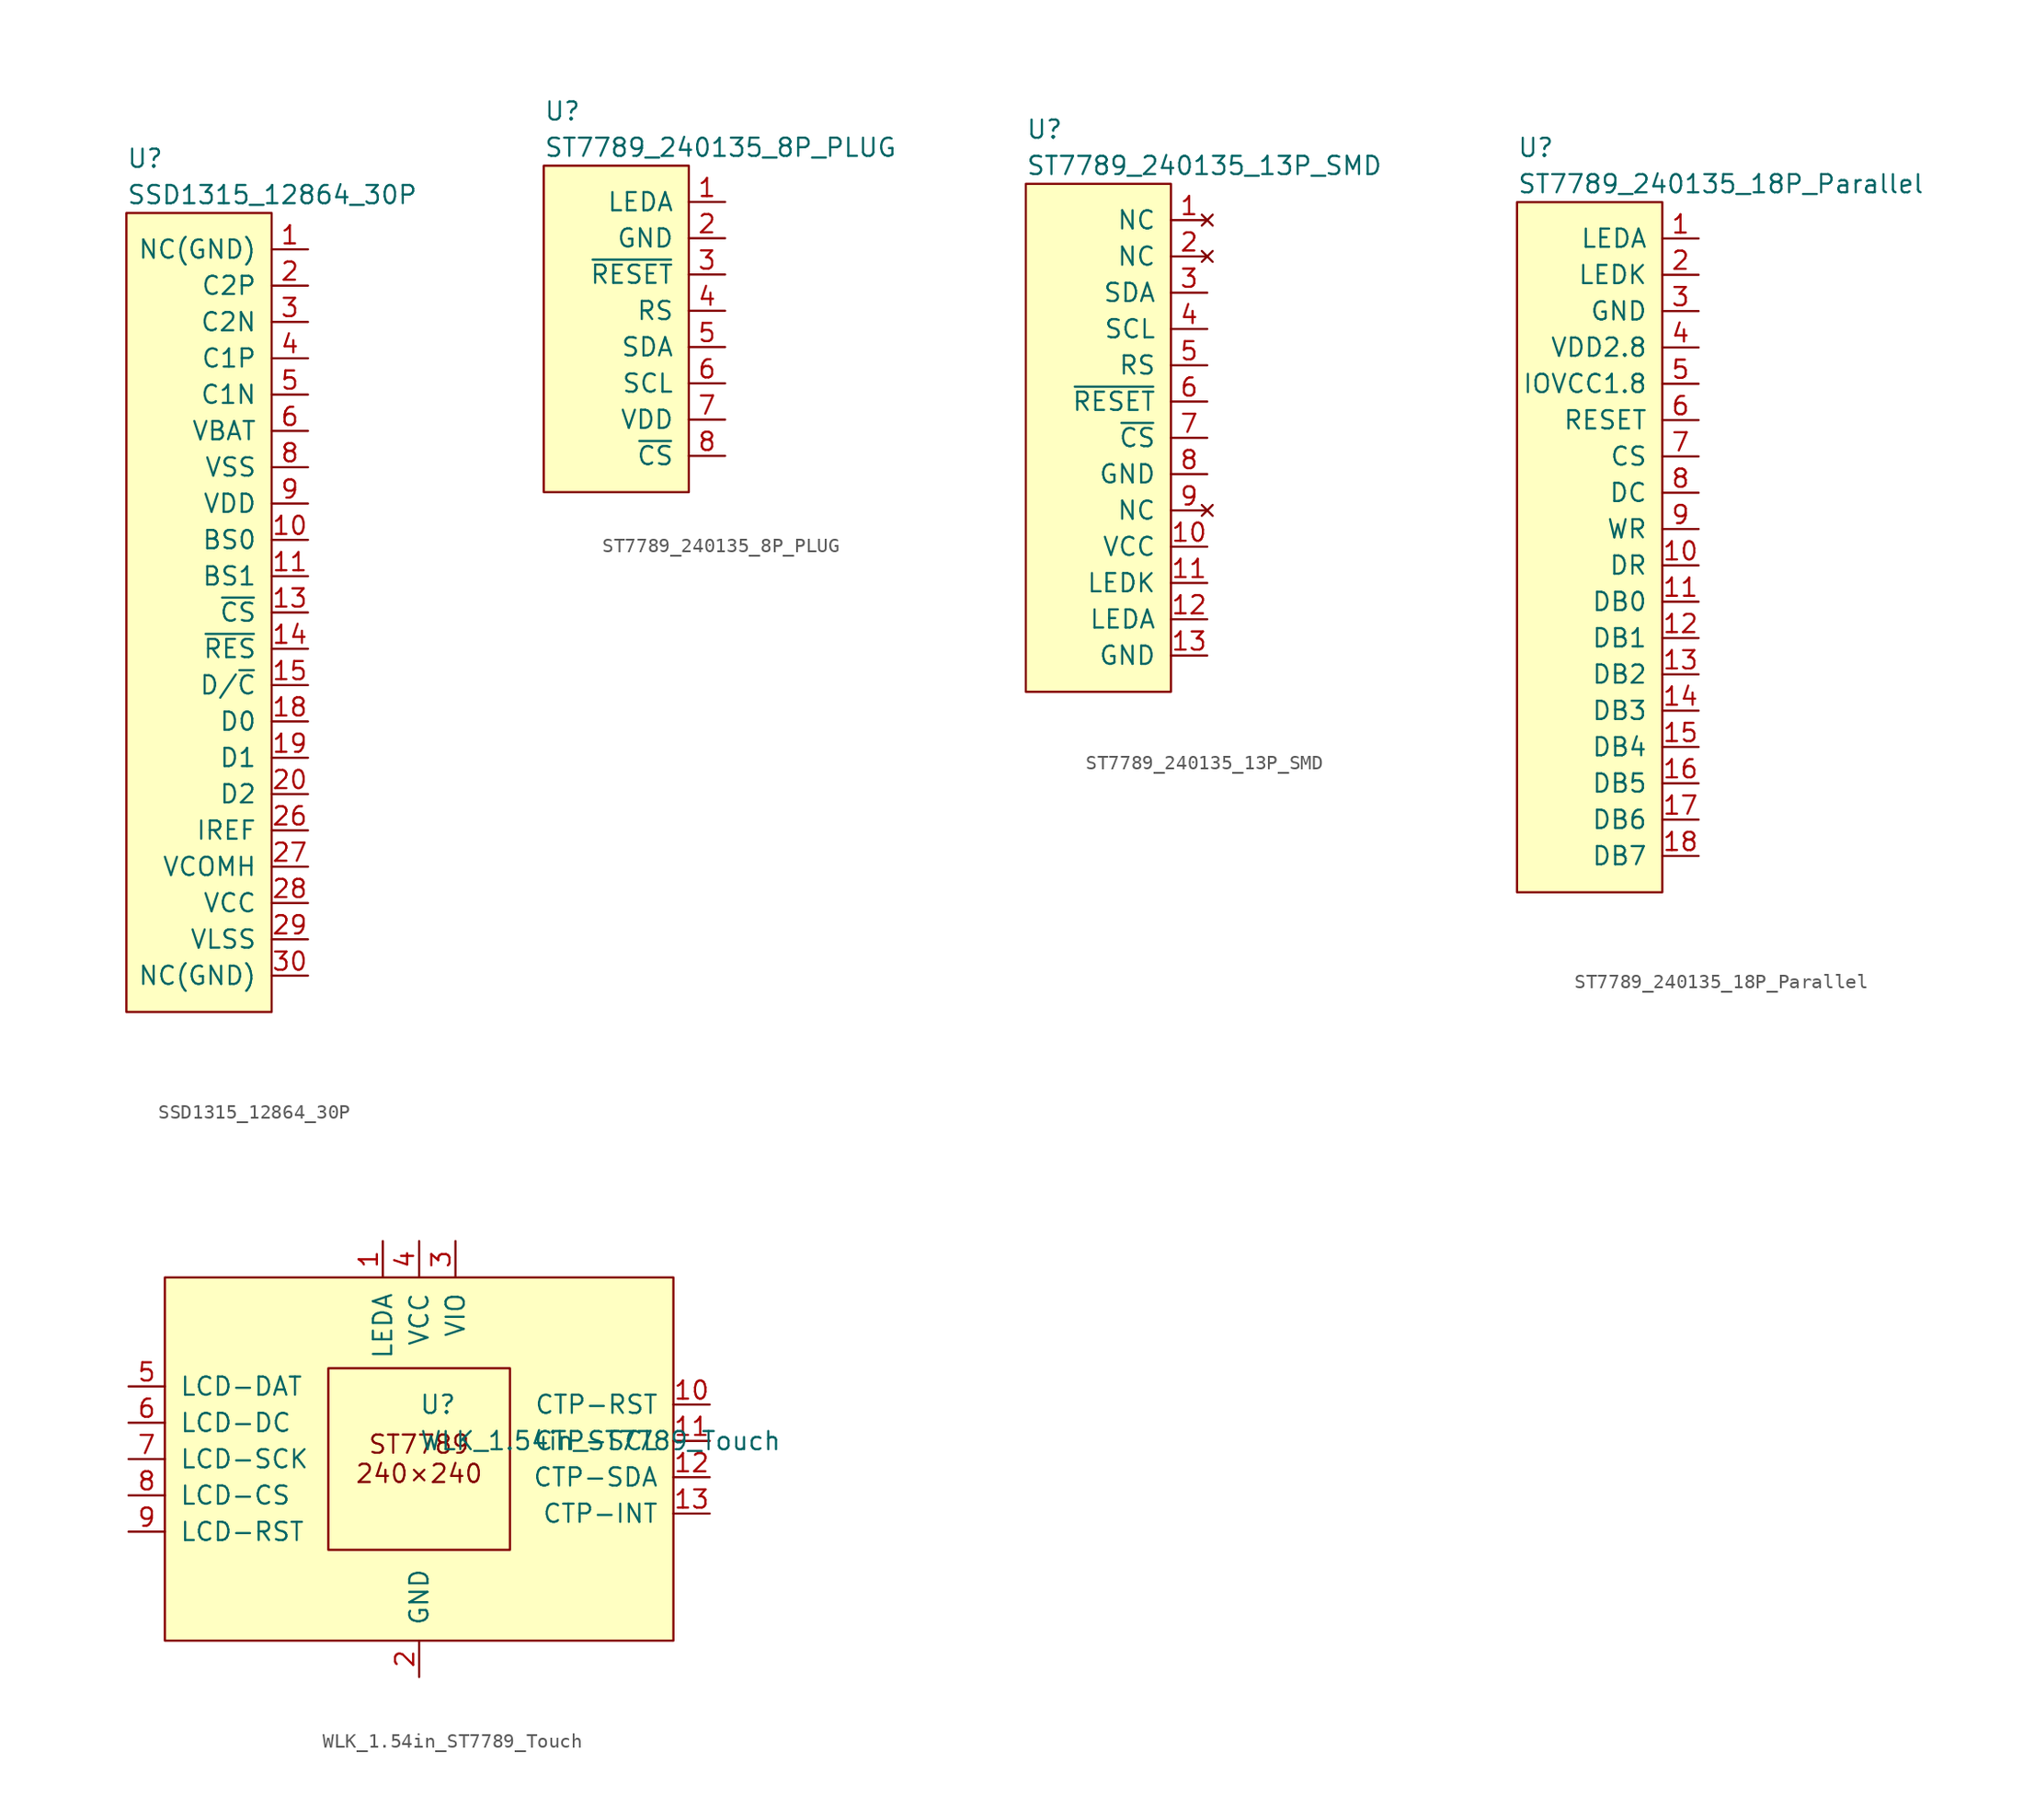
<source format=kicad_sym>
(kicad_symbol_lib
  (version 20231120)
  (generator "kicad_symbol_editor")
  (generator_version "8.0")
  (symbol "SSD1315_12864_30P"
    (pin_names
      (offset 1.016))
    (property "Reference" "U"
      (at 0 3.81 0)
      (effects (font (size 1.27 1.27)) (justify left)))
    (property "Value" "SSD1315_12864_30P"
      (at 0 1.27 0)
      (effects (font (size 1.27 1.27)) (justify left)))
    (symbol "SSD1315_12864_30P_0_1"
      (rectangle (start 0 0) (end 10.16 -55.88) (stroke (width 0) (type default)) (fill (type background))))
    (symbol "SSD1315_12864_30P_1_1"
      (pin power_out line (at 12.7 -2.54 180) (length 2.54) (name "NC(GND)" (effects (font (size 1.27 1.27)))) (number "1" (effects (font (size 1.27 1.27)))))
      (pin input line (at 12.7 -22.86 180) (length 2.54) (name "BS0" (effects (font (size 1.27 1.27)))) (number "10" (effects (font (size 1.27 1.27)))))
      (pin input line (at 12.7 -25.4 180) (length 2.54) (name "BS1" (effects (font (size 1.27 1.27)))) (number "11" (effects (font (size 1.27 1.27)))))
      (pin no_connect line (at -2.54 -7.62 0) (length 2.54) hide (name "NC" (effects (font (size 1.27 1.27)))) (number "12" (effects (font (size 1.27 1.27)))))
      (pin input line (at 12.7 -27.94 180) (length 2.54) (name "~{CS}" (effects (font (size 1.27 1.27)))) (number "13" (effects (font (size 1.27 1.27)))))
      (pin input line (at 12.7 -30.48 180) (length 2.54) (name "~{RES}" (effects (font (size 1.27 1.27)))) (number "14" (effects (font (size 1.27 1.27)))))
      (pin input line (at 12.7 -33.02 180) (length 2.54) (name "D/~{C}" (effects (font (size 1.27 1.27)))) (number "15" (effects (font (size 1.27 1.27)))))
      (pin no_connect line (at -2.54 -10.16 0) (length 2.54) hide (name "NC" (effects (font (size 1.27 1.27)))) (number "16" (effects (font (size 1.27 1.27)))))
      (pin no_connect line (at -2.54 -12.7 0) (length 2.54) hide (name "NC" (effects (font (size 1.27 1.27)))) (number "17" (effects (font (size 1.27 1.27)))))
      (pin input line (at 12.7 -35.56 180) (length 2.54) (name "D0" (effects (font (size 1.27 1.27)))) (number "18" (effects (font (size 1.27 1.27)))))
      (pin input line (at 12.7 -38.1 180) (length 2.54) (name "D1" (effects (font (size 1.27 1.27)))) (number "19" (effects (font (size 1.27 1.27)))))
      (pin power_out line (at 12.7 -5.08 180) (length 2.54) (name "C2P" (effects (font (size 1.27 1.27)))) (number "2" (effects (font (size 1.27 1.27)))))
      (pin input line (at 12.7 -40.64 180) (length 2.54) (name "D2" (effects (font (size 1.27 1.27)))) (number "20" (effects (font (size 1.27 1.27)))))
      (pin no_connect line (at -2.54 -15.24 0) (length 2.54) hide (name "NC" (effects (font (size 1.27 1.27)))) (number "21" (effects (font (size 1.27 1.27)))))
      (pin no_connect line (at -2.54 -17.78 0) (length 2.54) hide (name "NC" (effects (font (size 1.27 1.27)))) (number "22" (effects (font (size 1.27 1.27)))))
      (pin no_connect line (at -2.54 -20.32 0) (length 2.54) hide (name "NC" (effects (font (size 1.27 1.27)))) (number "23" (effects (font (size 1.27 1.27)))))
      (pin no_connect line (at -2.54 -22.86 0) (length 2.54) hide (name "NC" (effects (font (size 1.27 1.27)))) (number "24" (effects (font (size 1.27 1.27)))))
      (pin no_connect line (at -2.54 -25.4 0) (length 2.54) hide (name "NC" (effects (font (size 1.27 1.27)))) (number "25" (effects (font (size 1.27 1.27)))))
      (pin input line (at 12.7 -43.18 180) (length 2.54) (name "IREF" (effects (font (size 1.27 1.27)))) (number "26" (effects (font (size 1.27 1.27)))))
      (pin power_in line (at 12.7 -45.72 180) (length 2.54) (name "VCOMH" (effects (font (size 1.27 1.27)))) (number "27" (effects (font (size 1.27 1.27)))))
      (pin power_in line (at 12.7 -48.26 180) (length 2.54) (name "VCC" (effects (font (size 1.27 1.27)))) (number "28" (effects (font (size 1.27 1.27)))))
      (pin power_in line (at 12.7 -50.8 180) (length 2.54) (name "VLSS" (effects (font (size 1.27 1.27)))) (number "29" (effects (font (size 1.27 1.27)))))
      (pin power_out line (at 12.7 -7.62 180) (length 2.54) (name "C2N" (effects (font (size 1.27 1.27)))) (number "3" (effects (font (size 1.27 1.27)))))
      (pin power_in line (at 12.7 -53.34 180) (length 2.54) (name "NC(GND)" (effects (font (size 1.27 1.27)))) (number "30" (effects (font (size 1.27 1.27)))))
      (pin power_out line (at 12.7 -10.16 180) (length 2.54) (name "C1P" (effects (font (size 1.27 1.27)))) (number "4" (effects (font (size 1.27 1.27)))))
      (pin power_in line (at 12.7 -12.7 180) (length 2.54) (name "C1N" (effects (font (size 1.27 1.27)))) (number "5" (effects (font (size 1.27 1.27)))))
      (pin power_in line (at 12.7 -15.24 180) (length 2.54) (name "VBAT" (effects (font (size 1.27 1.27)))) (number "6" (effects (font (size 1.27 1.27)))))
      (pin no_connect line (at -2.54 -5.08 0) (length 2.54) hide (name "NC" (effects (font (size 1.27 1.27)))) (number "7" (effects (font (size 1.27 1.27)))))
      (pin power_in line (at 12.7 -17.78 180) (length 2.54) (name "VSS" (effects (font (size 1.27 1.27)))) (number "8" (effects (font (size 1.27 1.27)))))
      (pin power_in line (at 12.7 -20.32 180) (length 2.54) (name "VDD" (effects (font (size 1.27 1.27)))) (number "9" (effects (font (size 1.27 1.27)))))))
  (symbol "ST7789_240135_8P_PLUG"
    (pin_names
      (offset 1.016))
    (property "Reference" "U"
      (at 0 3.81 0)
      (effects (font (size 1.27 1.27)) (justify left)))
    (property "Value" "ST7789_240135_8P_PLUG"
      (at 0 1.27 0)
      (effects (font (size 1.27 1.27)) (justify left)))
    (symbol "ST7789_240135_8P_PLUG_0_1"
      (rectangle (start 0 0) (end 10.16 -22.86) (stroke (width 0) (type default)) (fill (type background))))
    (symbol "ST7789_240135_8P_PLUG_1_1"
      (pin power_in line (at 12.7 -2.54 180) (length 2.54) (name "LEDA" (effects (font (size 1.27 1.27)))) (number "1" (effects (font (size 1.27 1.27)))))
      (pin power_in line (at 12.7 -5.08 180) (length 2.54) (name "GND" (effects (font (size 1.27 1.27)))) (number "2" (effects (font (size 1.27 1.27)))))
      (pin power_in line (at 12.7 -7.62 180) (length 2.54) (name "~{RESET}" (effects (font (size 1.27 1.27)))) (number "3" (effects (font (size 1.27 1.27)))))
      (pin power_out line (at 12.7 -10.16 180) (length 2.54) (name "RS" (effects (font (size 1.27 1.27)))) (number "4" (effects (font (size 1.27 1.27)))))
      (pin power_in line (at 12.7 -12.7 180) (length 2.54) (name "SDA" (effects (font (size 1.27 1.27)))) (number "5" (effects (font (size 1.27 1.27)))))
      (pin input line (at 12.7 -15.24 180) (length 2.54) (name "SCL" (effects (font (size 1.27 1.27)))) (number "6" (effects (font (size 1.27 1.27)))))
      (pin power_in line (at 12.7 -17.78 180) (length 2.54) (name "VDD" (effects (font (size 1.27 1.27)))) (number "7" (effects (font (size 1.27 1.27)))))
      (pin input line (at 12.7 -20.32 180) (length 2.54) (name "~{CS}" (effects (font (size 1.27 1.27)))) (number "8" (effects (font (size 1.27 1.27)))))))
  (symbol "ST7789_240135_13P_SMD"
    (pin_names
      (offset 1.016))
    (property "Reference" "U"
      (at 0 3.81 0)
      (effects (font (size 1.27 1.27)) (justify left)))
    (property "Value" "ST7789_240135_13P_SMD"
      (at 0 1.27 0)
      (effects (font (size 1.27 1.27)) (justify left)))
    (symbol "ST7789_240135_13P_SMD_0_1"
      (rectangle (start 0 0) (end 10.16 -35.56) (stroke (width 0) (type default)) (fill (type background))))
    (symbol "ST7789_240135_13P_SMD_1_1"
      (pin no_connect line (at 12.7 -2.54 180) (length 2.54) (name "NC" (effects (font (size 1.27 1.27)))) (number "1" (effects (font (size 1.27 1.27)))))
      (pin power_in line (at 12.7 -25.4 180) (length 2.54) (name "VCC" (effects (font (size 1.27 1.27)))) (number "10" (effects (font (size 1.27 1.27)))))
      (pin power_in line (at 12.7 -27.94 180) (length 2.54) (name "LEDK" (effects (font (size 1.27 1.27)))) (number "11" (effects (font (size 1.27 1.27)))))
      (pin power_in line (at 12.7 -30.48 180) (length 2.54) (name "LEDA" (effects (font (size 1.27 1.27)))) (number "12" (effects (font (size 1.27 1.27)))))
      (pin power_in line (at 12.7 -33.02 180) (length 2.54) (name "GND" (effects (font (size 1.27 1.27)))) (number "13" (effects (font (size 1.27 1.27)))))
      (pin no_connect line (at 12.7 -5.08 180) (length 2.54) (name "NC" (effects (font (size 1.27 1.27)))) (number "2" (effects (font (size 1.27 1.27)))))
      (pin input line (at 12.7 -7.62 180) (length 2.54) (name "SDA" (effects (font (size 1.27 1.27)))) (number "3" (effects (font (size 1.27 1.27)))))
      (pin input line (at 12.7 -10.16 180) (length 2.54) (name "SCL" (effects (font (size 1.27 1.27)))) (number "4" (effects (font (size 1.27 1.27)))))
      (pin input line (at 12.7 -12.7 180) (length 2.54) (name "RS" (effects (font (size 1.27 1.27)))) (number "5" (effects (font (size 1.27 1.27)))))
      (pin input line (at 12.7 -15.24 180) (length 2.54) (name "~{RESET}" (effects (font (size 1.27 1.27)))) (number "6" (effects (font (size 1.27 1.27)))))
      (pin input line (at 12.7 -17.78 180) (length 2.54) (name "~{CS}" (effects (font (size 1.27 1.27)))) (number "7" (effects (font (size 1.27 1.27)))))
      (pin input line (at 12.7 -20.32 180) (length 2.54) (name "GND" (effects (font (size 1.27 1.27)))) (number "8" (effects (font (size 1.27 1.27)))))
      (pin no_connect line (at 12.7 -22.86 180) (length 2.54) (name "NC" (effects (font (size 1.27 1.27)))) (number "9" (effects (font (size 1.27 1.27)))))))
  (symbol "ST7789_240135_18P_Parallel"
    (pin_names
      (offset 1.016))
    (property "Reference" "U"
      (at 0 3.81 0)
      (effects (font (size 1.27 1.27)) (justify left)))
    (property "Value" "ST7789_240135_18P_Parallel"
      (at 0 1.27 0)
      (effects (font (size 1.27 1.27)) (justify left)))
    (symbol "ST7789_240135_18P_Parallel_0_1"
      (rectangle (start 0 0) (end 10.16 -48.26) (stroke (width 0) (type default)) (fill (type background))))
    (symbol "ST7789_240135_18P_Parallel_1_1"
      (pin power_in line (at 12.7 -2.54 180) (length 2.54) (name "LEDA" (effects (font (size 1.27 1.27)))) (number "1" (effects (font (size 1.27 1.27)))))
      (pin input line (at 12.7 -25.4 180) (length 2.54) (name "DR" (effects (font (size 1.27 1.27)))) (number "10" (effects (font (size 1.27 1.27)))))
      (pin bidirectional line (at 12.7 -27.94 180) (length 2.54) (name "DB0" (effects (font (size 1.27 1.27)))) (number "11" (effects (font (size 1.27 1.27)))))
      (pin bidirectional line (at 12.7 -30.48 180) (length 2.54) (name "DB1" (effects (font (size 1.27 1.27)))) (number "12" (effects (font (size 1.27 1.27)))))
      (pin bidirectional line (at 12.7 -33.02 180) (length 2.54) (name "DB2" (effects (font (size 1.27 1.27)))) (number "13" (effects (font (size 1.27 1.27)))))
      (pin bidirectional line (at 12.7 -35.56 180) (length 2.54) (name "DB3" (effects (font (size 1.27 1.27)))) (number "14" (effects (font (size 1.27 1.27)))))
      (pin bidirectional line (at 12.7 -38.1 180) (length 2.54) (name "DB4" (effects (font (size 1.27 1.27)))) (number "15" (effects (font (size 1.27 1.27)))))
      (pin bidirectional line (at 12.7 -40.64 180) (length 2.54) (name "DB5" (effects (font (size 1.27 1.27)))) (number "16" (effects (font (size 1.27 1.27)))))
      (pin bidirectional line (at 12.7 -43.18 180) (length 2.54) (name "DB6" (effects (font (size 1.27 1.27)))) (number "17" (effects (font (size 1.27 1.27)))))
      (pin bidirectional line (at 12.7 -45.72 180) (length 2.54) (name "DB7" (effects (font (size 1.27 1.27)))) (number "18" (effects (font (size 1.27 1.27)))))
      (pin power_in line (at 12.7 -5.08 180) (length 2.54) (name "LEDK" (effects (font (size 1.27 1.27)))) (number "2" (effects (font (size 1.27 1.27)))))
      (pin power_in line (at 12.7 -7.62 180) (length 2.54) (name "GND" (effects (font (size 1.27 1.27)))) (number "3" (effects (font (size 1.27 1.27)))))
      (pin power_out line (at 12.7 -10.16 180) (length 2.54) (name "VDD2.8" (effects (font (size 1.27 1.27)))) (number "4" (effects (font (size 1.27 1.27)))))
      (pin power_in line (at 12.7 -12.7 180) (length 2.54) (name "IOVCC1.8" (effects (font (size 1.27 1.27)))) (number "5" (effects (font (size 1.27 1.27)))))
      (pin input line (at 12.7 -15.24 180) (length 2.54) (name "RESET" (effects (font (size 1.27 1.27)))) (number "6" (effects (font (size 1.27 1.27)))))
      (pin power_in line (at 12.7 -17.78 180) (length 2.54) (name "CS" (effects (font (size 1.27 1.27)))) (number "7" (effects (font (size 1.27 1.27)))))
      (pin input line (at 12.7 -20.32 180) (length 2.54) (name "DC" (effects (font (size 1.27 1.27)))) (number "8" (effects (font (size 1.27 1.27)))))
      (pin input line (at 12.7 -22.86 180) (length 2.54) (name "WR" (effects (font (size 1.27 1.27)))) (number "9" (effects (font (size 1.27 1.27)))))))
  (symbol "WLK_1.54in_ST7789_Touch"
    (pin_names
      (offset 1.016))
    (property "Reference" "U"
      (at 0 3.81 0)
      (effects (font (size 1.27 1.27)) (justify left)))
    (property "Value" "WLK_1.54in_ST7789_Touch"
      (at 0 1.27 0)
      (effects (font (size 1.27 1.27)) (justify left)))
    (symbol "WLK_1.54in_ST7789_Touch_0_1"
      (rectangle (start -17.78 12.7) (end 17.78 -12.7) (stroke (width 0) (type default)) (fill (type background)))
      (rectangle (start -6.35 6.35) (end 6.35 -6.35) (stroke (width 0) (type default)) (fill (type none))))
    (symbol "WLK_1.54in_ST7789_Touch_1_1"
      (text "ST7789\n240×240" (at 0 0 0) (effects (font (size 1.27 1.27))))
      (pin power_in line (at -2.54 15.24 270) (length 2.54) (name "LEDA" (effects (font (size 1.27 1.27)))) (number "1" (effects (font (size 1.27 1.27)))))
      (pin input line (at 20.32 3.81 180) (length 2.54) (name "CTP-RST" (effects (font (size 1.27 1.27)))) (number "10" (effects (font (size 1.27 1.27)))))
      (pin input line (at 20.32 1.27 180) (length 2.54) (name "CTP-SCL" (effects (font (size 1.27 1.27)))) (number "11" (effects (font (size 1.27 1.27)))))
      (pin bidirectional line (at 20.32 -1.27 180) (length 2.54) (name "CTP-SDA" (effects (font (size 1.27 1.27)))) (number "12" (effects (font (size 1.27 1.27)))))
      (pin output line (at 20.32 -3.81 180) (length 2.54) (name "CTP-INT" (effects (font (size 1.27 1.27)))) (number "13" (effects (font (size 1.27 1.27)))))
      (pin power_in line (at 0 -15.24 90) (length 2.54) hide (name "GND" (effects (font (size 1.27 1.27)))) (number "14" (effects (font (size 1.27 1.27)))))
      (pin power_in line (at 0 -15.24 90) (length 2.54) (name "GND" (effects (font (size 1.27 1.27)))) (number "2" (effects (font (size 1.27 1.27)))))
      (pin input line (at 2.54 15.24 270) (length 2.54) (name "VIO" (effects (font (size 1.27 1.27)))) (number "3" (effects (font (size 1.27 1.27)))))
      (pin power_in line (at 0 15.24 270) (length 2.54) (name "VCC" (effects (font (size 1.27 1.27)))) (number "4" (effects (font (size 1.27 1.27)))))
      (pin input line (at -20.32 5.08 0) (length 2.54) (name "LCD-DAT" (effects (font (size 1.27 1.27)))) (number "5" (effects (font (size 1.27 1.27)))))
      (pin input line (at -20.32 2.54 0) (length 2.54) (name "LCD-DC" (effects (font (size 1.27 1.27)))) (number "6" (effects (font (size 1.27 1.27)))))
      (pin input line (at -20.32 0 0) (length 2.54) (name "LCD-SCK" (effects (font (size 1.27 1.27)))) (number "7" (effects (font (size 1.27 1.27)))))
      (pin input line (at -20.32 -2.54 0) (length 2.54) (name "LCD-CS" (effects (font (size 1.27 1.27)))) (number "8" (effects (font (size 1.27 1.27)))))
      (pin input line (at -20.32 -5.08 0) (length 2.54) (name "LCD-RST" (effects (font (size 1.27 1.27)))) (number "9" (effects (font (size 1.27 1.27))))))))
</source>
